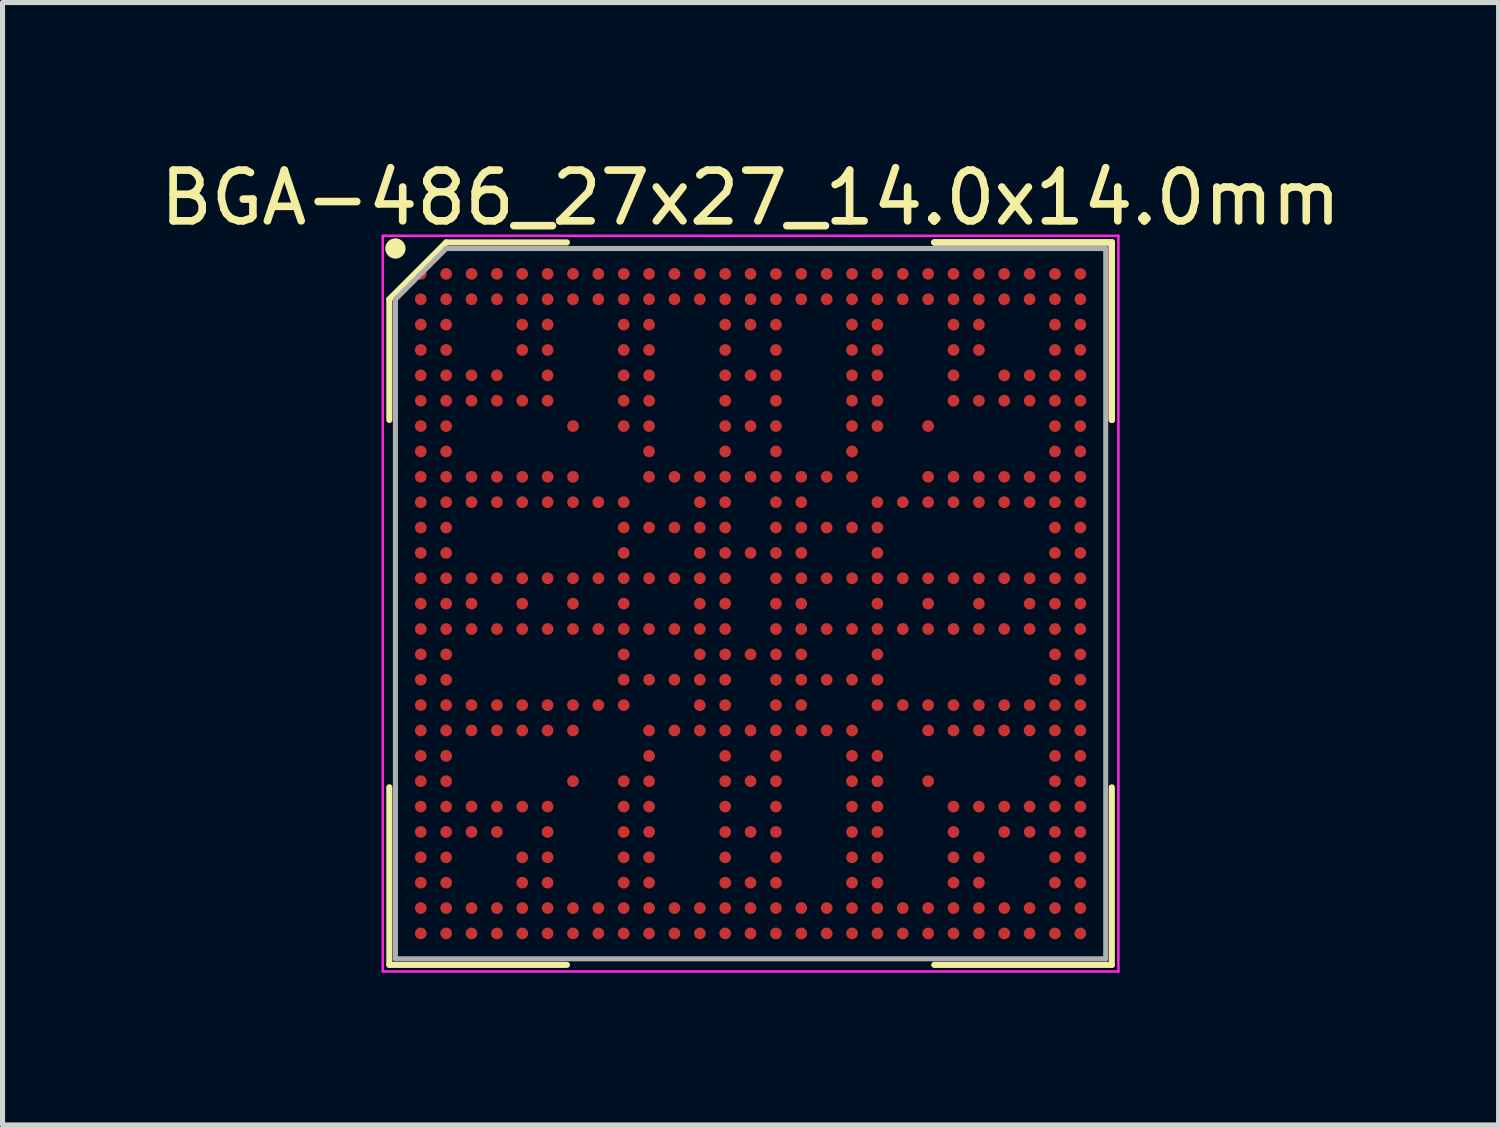
<source format=kicad_pcb>
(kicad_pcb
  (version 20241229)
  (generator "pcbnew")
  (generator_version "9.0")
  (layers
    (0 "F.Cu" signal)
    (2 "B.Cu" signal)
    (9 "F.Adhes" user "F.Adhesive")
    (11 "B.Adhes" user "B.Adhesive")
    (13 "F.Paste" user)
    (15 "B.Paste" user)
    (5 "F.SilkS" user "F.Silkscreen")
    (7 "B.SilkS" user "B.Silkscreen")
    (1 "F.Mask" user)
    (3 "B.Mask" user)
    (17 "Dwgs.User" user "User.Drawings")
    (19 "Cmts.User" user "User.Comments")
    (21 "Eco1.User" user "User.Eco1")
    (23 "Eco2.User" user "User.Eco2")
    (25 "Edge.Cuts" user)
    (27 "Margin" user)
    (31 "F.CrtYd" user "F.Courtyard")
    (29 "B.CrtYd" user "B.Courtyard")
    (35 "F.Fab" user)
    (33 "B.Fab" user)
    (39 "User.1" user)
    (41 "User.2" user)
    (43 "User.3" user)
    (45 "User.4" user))
  (footprint "BGA-486_27x27_14.0x14.0mm"
    (layer "F.Cu")
    (at 11.744 8.848)
    (property "Reference" "BGA-486_27x27_14.0x14.0mm" (at 0 -8 0) (layer "F.SilkS") (effects (font (size 1 1) (thickness 0.15))))
    (attr smd)
    (fp_line (start -7.12 -6) (end -7.12 -3.62) (stroke (width 0.12) (type solid)) (layer "F.SilkS"))
    (fp_line (start -7.12 7.12) (end -7.12 3.62) (stroke (width 0.12) (type solid)) (layer "F.SilkS"))
    (fp_line (start -6 -7.12) (end -7.12 -6) (stroke (width 0.12) (type solid)) (layer "F.SilkS"))
    (fp_line (start -3.62 -7.12) (end -6 -7.12) (stroke (width 0.12) (type solid)) (layer "F.SilkS"))
    (fp_line (start -3.62 7.12) (end -7.12 7.12) (stroke (width 0.12) (type solid)) (layer "F.SilkS"))
    (fp_line (start 3.62 -7.12) (end 7.12 -7.12) (stroke (width 0.12) (type solid)) (layer "F.SilkS"))
    (fp_line (start 3.62 -7.12) (end 7.12 -7.12) (stroke (width 0.12) (type solid)) (layer "F.SilkS"))
    (fp_line (start 3.62 -7.12) (end 7.12 -7.12) (stroke (width 0.12) (type solid)) (layer "F.SilkS"))
    (fp_line (start 3.62 7.12) (end 7.12 7.12) (stroke (width 0.12) (type solid)) (layer "F.SilkS"))
    (fp_line (start 7.12 -7.12) (end 7.12 -3.62) (stroke (width 0.12) (type solid)) (layer "F.SilkS"))
    (fp_line (start 7.12 -7.12) (end 7.12 -3.62) (stroke (width 0.12) (type solid)) (layer "F.SilkS"))
    (fp_line (start 7.12 -7.12) (end 7.12 -3.62) (stroke (width 0.12) (type solid)) (layer "F.SilkS"))
    (fp_line (start 7.12 7.12) (end 7.12 3.62) (stroke (width 0.12) (type solid)) (layer "F.SilkS"))
    (fp_circle (center -7 -7) (end -7 -6.9) (stroke (width 0.2) (type solid)) (fill no) (layer "F.SilkS"))
    (fp_line (start -7.25 -7.25) (end 7.25 -7.25) (stroke (width 0.05) (type solid)) (layer "F.CrtYd"))
    (fp_line (start -7.25 7.25) (end -7.25 -7.25) (stroke (width 0.05) (type solid)) (layer "F.CrtYd"))
    (fp_line (start 7.25 -7.25) (end 7.25 7.25) (stroke (width 0.05) (type solid)) (layer "F.CrtYd"))
    (fp_line (start 7.25 7.25) (end -7.25 7.25) (stroke (width 0.05) (type solid)) (layer "F.CrtYd"))
    (fp_line (start -7 -6) (end -7 7) (stroke (width 0.1) (type solid)) (layer "F.Fab"))
    (fp_line (start -7 7) (end 7 7) (stroke (width 0.1) (type solid)) (layer "F.Fab"))
    (fp_line (start -6 -7) (end -7 -6) (stroke (width 0.1) (type solid)) (layer "F.Fab"))
    (fp_line (start 7 -7) (end -6 -7) (stroke (width 0.1) (type solid)) (layer "F.Fab"))
    (fp_line (start 7 7) (end 7 -7) (stroke (width 0.1) (type solid)) (layer "F.Fab"))
    (pad "A1" smd circle (at -6.5 -6.5) (size 0.23 0.23) (layers "F.Cu" "F.Mask" "F.Paste"))
    (pad "A2" smd circle (at -6 -6.5) (size 0.23 0.23) (layers "F.Cu" "F.Mask" "F.Paste"))
    (pad "A3" smd circle (at -5.5 -6.5) (size 0.23 0.23) (layers "F.Cu" "F.Mask" "F.Paste"))
    (pad "A4" smd circle (at -5 -6.5) (size 0.23 0.23) (layers "F.Cu" "F.Mask" "F.Paste"))
    (pad "A5" smd circle (at -4.5 -6.5) (size 0.23 0.23) (layers "F.Cu" "F.Mask" "F.Paste"))
    (pad "A6" smd circle (at -4 -6.5) (size 0.23 0.23) (layers "F.Cu" "F.Mask" "F.Paste"))
    (pad "A7" smd circle (at -3.5 -6.5) (size 0.23 0.23) (layers "F.Cu" "F.Mask" "F.Paste"))
    (pad "A8" smd circle (at -3 -6.5) (size 0.23 0.23) (layers "F.Cu" "F.Mask" "F.Paste"))
    (pad "A9" smd circle (at -2.5 -6.5) (size 0.23 0.23) (layers "F.Cu" "F.Mask" "F.Paste"))
    (pad "A10" smd circle (at -2 -6.5) (size 0.23 0.23) (layers "F.Cu" "F.Mask" "F.Paste"))
    (pad "A11" smd circle (at -1.5 -6.5) (size 0.23 0.23) (layers "F.Cu" "F.Mask" "F.Paste"))
    (pad "A12" smd circle (at -1 -6.5) (size 0.23 0.23) (layers "F.Cu" "F.Mask" "F.Paste"))
    (pad "A13" smd circle (at -0.5 -6.5) (size 0.23 0.23) (layers "F.Cu" "F.Mask" "F.Paste"))
    (pad "A14" smd circle (at 0 -6.5) (size 0.23 0.23) (layers "F.Cu" "F.Mask" "F.Paste"))
    (pad "A15" smd circle (at 0.5 -6.5) (size 0.23 0.23) (layers "F.Cu" "F.Mask" "F.Paste"))
    (pad "A16" smd circle (at 1 -6.5) (size 0.23 0.23) (layers "F.Cu" "F.Mask" "F.Paste"))
    (pad "A17" smd circle (at 1.5 -6.5) (size 0.23 0.23) (layers "F.Cu" "F.Mask" "F.Paste"))
    (pad "A18" smd circle (at 2 -6.5) (size 0.23 0.23) (layers "F.Cu" "F.Mask" "F.Paste"))
    (pad "A19" smd circle (at 2.5 -6.5) (size 0.23 0.23) (layers "F.Cu" "F.Mask" "F.Paste"))
    (pad "A20" smd circle (at 3 -6.5) (size 0.23 0.23) (layers "F.Cu" "F.Mask" "F.Paste"))
    (pad "A21" smd circle (at 3.5 -6.5) (size 0.23 0.23) (layers "F.Cu" "F.Mask" "F.Paste"))
    (pad "A22" smd circle (at 4 -6.5) (size 0.23 0.23) (layers "F.Cu" "F.Mask" "F.Paste"))
    (pad "A23" smd circle (at 4.5 -6.5) (size 0.23 0.23) (layers "F.Cu" "F.Mask" "F.Paste"))
    (pad "A24" smd circle (at 5 -6.5) (size 0.23 0.23) (layers "F.Cu" "F.Mask" "F.Paste"))
    (pad "A25" smd circle (at 5.5 -6.5) (size 0.23 0.23) (layers "F.Cu" "F.Mask" "F.Paste"))
    (pad "A26" smd circle (at 6 -6.5) (size 0.23 0.23) (layers "F.Cu" "F.Mask" "F.Paste"))
    (pad "A27" smd circle (at 6.5 -6.5) (size 0.23 0.23) (layers "F.Cu" "F.Mask" "F.Paste"))
    (pad "AA1" smd circle (at -6.5 3.5) (size 0.23 0.23) (layers "F.Cu" "F.Mask" "F.Paste"))
    (pad "AA2" smd circle (at -6 3.5) (size 0.23 0.23) (layers "F.Cu" "F.Mask" "F.Paste"))
    (pad "AA7" smd circle (at -3.5 3.5) (size 0.23 0.23) (layers "F.Cu" "F.Mask" "F.Paste"))
    (pad "AA9" smd circle (at -2.5 3.5) (size 0.23 0.23) (layers "F.Cu" "F.Mask" "F.Paste"))
    (pad "AA10" smd circle (at -2 3.5) (size 0.23 0.23) (layers "F.Cu" "F.Mask" "F.Paste"))
    (pad "AA13" smd circle (at -0.5 3.5) (size 0.23 0.23) (layers "F.Cu" "F.Mask" "F.Paste"))
    (pad "AA14" smd circle (at 0 3.5) (size 0.23 0.23) (layers "F.Cu" "F.Mask" "F.Paste"))
    (pad "AA15" smd circle (at 0.5 3.5) (size 0.23 0.23) (layers "F.Cu" "F.Mask" "F.Paste"))
    (pad "AA18" smd circle (at 2 3.5) (size 0.23 0.23) (layers "F.Cu" "F.Mask" "F.Paste"))
    (pad "AA19" smd circle (at 2.5 3.5) (size 0.23 0.23) (layers "F.Cu" "F.Mask" "F.Paste"))
    (pad "AA21" smd circle (at 3.5 3.5) (size 0.23 0.23) (layers "F.Cu" "F.Mask" "F.Paste"))
    (pad "AA26" smd circle (at 6 3.5) (size 0.23 0.23) (layers "F.Cu" "F.Mask" "F.Paste"))
    (pad "AA27" smd circle (at 6.5 3.5) (size 0.23 0.23) (layers "F.Cu" "F.Mask" "F.Paste"))
    (pad "AB1" smd circle (at -6.5 4) (size 0.23 0.23) (layers "F.Cu" "F.Mask" "F.Paste"))
    (pad "AB2" smd circle (at -6 4) (size 0.23 0.23) (layers "F.Cu" "F.Mask" "F.Paste"))
    (pad "AB3" smd circle (at -5.5 4) (size 0.23 0.23) (layers "F.Cu" "F.Mask" "F.Paste"))
    (pad "AB4" smd circle (at -5 4) (size 0.23 0.23) (layers "F.Cu" "F.Mask" "F.Paste"))
    (pad "AB5" smd circle (at -4.5 4) (size 0.23 0.23) (layers "F.Cu" "F.Mask" "F.Paste"))
    (pad "AB6" smd circle (at -4 4) (size 0.23 0.23) (layers "F.Cu" "F.Mask" "F.Paste"))
    (pad "AB9" smd circle (at -2.5 4) (size 0.23 0.23) (layers "F.Cu" "F.Mask" "F.Paste"))
    (pad "AB10" smd circle (at -2 4) (size 0.23 0.23) (layers "F.Cu" "F.Mask" "F.Paste"))
    (pad "AB13" smd circle (at -0.5 4) (size 0.23 0.23) (layers "F.Cu" "F.Mask" "F.Paste"))
    (pad "AB15" smd circle (at 0.5 4) (size 0.23 0.23) (layers "F.Cu" "F.Mask" "F.Paste"))
    (pad "AB18" smd circle (at 2 4) (size 0.23 0.23) (layers "F.Cu" "F.Mask" "F.Paste"))
    (pad "AB19" smd circle (at 2.5 4) (size 0.23 0.23) (layers "F.Cu" "F.Mask" "F.Paste"))
    (pad "AB22" smd circle (at 4 4) (size 0.23 0.23) (layers "F.Cu" "F.Mask" "F.Paste"))
    (pad "AB23" smd circle (at 4.5 4) (size 0.23 0.23) (layers "F.Cu" "F.Mask" "F.Paste"))
    (pad "AB24" smd circle (at 5 4) (size 0.23 0.23) (layers "F.Cu" "F.Mask" "F.Paste"))
    (pad "AB25" smd circle (at 5.5 4) (size 0.23 0.23) (layers "F.Cu" "F.Mask" "F.Paste"))
    (pad "AB26" smd circle (at 6 4) (size 0.23 0.23) (layers "F.Cu" "F.Mask" "F.Paste"))
    (pad "AB27" smd circle (at 6.5 4) (size 0.23 0.23) (layers "F.Cu" "F.Mask" "F.Paste"))
    (pad "AC1" smd circle (at -6.5 4.5) (size 0.23 0.23) (layers "F.Cu" "F.Mask" "F.Paste"))
    (pad "AC2" smd circle (at -6 4.5) (size 0.23 0.23) (layers "F.Cu" "F.Mask" "F.Paste"))
    (pad "AC3" smd circle (at -5.5 4.5) (size 0.23 0.23) (layers "F.Cu" "F.Mask" "F.Paste"))
    (pad "AC4" smd circle (at -5 4.5) (size 0.23 0.23) (layers "F.Cu" "F.Mask" "F.Paste"))
    (pad "AC6" smd circle (at -4 4.5) (size 0.23 0.23) (layers "F.Cu" "F.Mask" "F.Paste"))
    (pad "AC9" smd circle (at -2.5 4.5) (size 0.23 0.23) (layers "F.Cu" "F.Mask" "F.Paste"))
    (pad "AC10" smd circle (at -2 4.5) (size 0.23 0.23) (layers "F.Cu" "F.Mask" "F.Paste"))
    (pad "AC13" smd circle (at -0.5 4.5) (size 0.23 0.23) (layers "F.Cu" "F.Mask" "F.Paste"))
    (pad "AC14" smd circle (at 0 4.5) (size 0.23 0.23) (layers "F.Cu" "F.Mask" "F.Paste"))
    (pad "AC15" smd circle (at 0.5 4.5) (size 0.23 0.23) (layers "F.Cu" "F.Mask" "F.Paste"))
    (pad "AC18" smd circle (at 2 4.5) (size 0.23 0.23) (layers "F.Cu" "F.Mask" "F.Paste"))
    (pad "AC19" smd circle (at 2.5 4.5) (size 0.23 0.23) (layers "F.Cu" "F.Mask" "F.Paste"))
    (pad "AC22" smd circle (at 4 4.5) (size 0.23 0.23) (layers "F.Cu" "F.Mask" "F.Paste"))
    (pad "AC24" smd circle (at 5 4.5) (size 0.23 0.23) (layers "F.Cu" "F.Mask" "F.Paste"))
    (pad "AC25" smd circle (at 5.5 4.5) (size 0.23 0.23) (layers "F.Cu" "F.Mask" "F.Paste"))
    (pad "AC26" smd circle (at 6 4.5) (size 0.23 0.23) (layers "F.Cu" "F.Mask" "F.Paste"))
    (pad "AC27" smd circle (at 6.5 4.5) (size 0.23 0.23) (layers "F.Cu" "F.Mask" "F.Paste"))
    (pad "AD1" smd circle (at -6.5 5) (size 0.23 0.23) (layers "F.Cu" "F.Mask" "F.Paste"))
    (pad "AD2" smd circle (at -6 5) (size 0.23 0.23) (layers "F.Cu" "F.Mask" "F.Paste"))
    (pad "AD5" smd circle (at -4.5 5) (size 0.23 0.23) (layers "F.Cu" "F.Mask" "F.Paste"))
    (pad "AD6" smd circle (at -4 5) (size 0.23 0.23) (layers "F.Cu" "F.Mask" "F.Paste"))
    (pad "AD9" smd circle (at -2.5 5) (size 0.23 0.23) (layers "F.Cu" "F.Mask" "F.Paste"))
    (pad "AD10" smd circle (at -2 5) (size 0.23 0.23) (layers "F.Cu" "F.Mask" "F.Paste"))
    (pad "AD13" smd circle (at -0.5 5) (size 0.23 0.23) (layers "F.Cu" "F.Mask" "F.Paste"))
    (pad "AD15" smd circle (at 0.5 5) (size 0.23 0.23) (layers "F.Cu" "F.Mask" "F.Paste"))
    (pad "AD18" smd circle (at 2 5) (size 0.23 0.23) (layers "F.Cu" "F.Mask" "F.Paste"))
    (pad "AD19" smd circle (at 2.5 5) (size 0.23 0.23) (layers "F.Cu" "F.Mask" "F.Paste"))
    (pad "AD22" smd circle (at 4 5) (size 0.23 0.23) (layers "F.Cu" "F.Mask" "F.Paste"))
    (pad "AD23" smd circle (at 4.5 5) (size 0.23 0.23) (layers "F.Cu" "F.Mask" "F.Paste"))
    (pad "AD26" smd circle (at 6 5) (size 0.23 0.23) (layers "F.Cu" "F.Mask" "F.Paste"))
    (pad "AD27" smd circle (at 6.5 5) (size 0.23 0.23) (layers "F.Cu" "F.Mask" "F.Paste"))
    (pad "AE1" smd circle (at -6.5 5.5) (size 0.23 0.23) (layers "F.Cu" "F.Mask" "F.Paste"))
    (pad "AE2" smd circle (at -6 5.5) (size 0.23 0.23) (layers "F.Cu" "F.Mask" "F.Paste"))
    (pad "AE5" smd circle (at -4.5 5.5) (size 0.23 0.23) (layers "F.Cu" "F.Mask" "F.Paste"))
    (pad "AE6" smd circle (at -4 5.5) (size 0.23 0.23) (layers "F.Cu" "F.Mask" "F.Paste"))
    (pad "AE9" smd circle (at -2.5 5.5) (size 0.23 0.23) (layers "F.Cu" "F.Mask" "F.Paste"))
    (pad "AE10" smd circle (at -2 5.5) (size 0.23 0.23) (layers "F.Cu" "F.Mask" "F.Paste"))
    (pad "AE13" smd circle (at -0.5 5.5) (size 0.23 0.23) (layers "F.Cu" "F.Mask" "F.Paste"))
    (pad "AE14" smd circle (at 0 5.5) (size 0.23 0.23) (layers "F.Cu" "F.Mask" "F.Paste"))
    (pad "AE15" smd circle (at 0.5 5.5) (size 0.23 0.23) (layers "F.Cu" "F.Mask" "F.Paste"))
    (pad "AE18" smd circle (at 2 5.5) (size 0.23 0.23) (layers "F.Cu" "F.Mask" "F.Paste"))
    (pad "AE19" smd circle (at 2.5 5.5) (size 0.23 0.23) (layers "F.Cu" "F.Mask" "F.Paste"))
    (pad "AE22" smd circle (at 4 5.5) (size 0.23 0.23) (layers "F.Cu" "F.Mask" "F.Paste"))
    (pad "AE23" smd circle (at 4.5 5.5) (size 0.23 0.23) (layers "F.Cu" "F.Mask" "F.Paste"))
    (pad "AE26" smd circle (at 6 5.5) (size 0.23 0.23) (layers "F.Cu" "F.Mask" "F.Paste"))
    (pad "AE27" smd circle (at 6.5 5.5) (size 0.23 0.23) (layers "F.Cu" "F.Mask" "F.Paste"))
    (pad "AF1" smd circle (at -6.5 6) (size 0.23 0.23) (layers "F.Cu" "F.Mask" "F.Paste"))
    (pad "AF2" smd circle (at -6 6) (size 0.23 0.23) (layers "F.Cu" "F.Mask" "F.Paste"))
    (pad "AF3" smd circle (at -5.5 6) (size 0.23 0.23) (layers "F.Cu" "F.Mask" "F.Paste"))
    (pad "AF4" smd circle (at -5 6) (size 0.23 0.23) (layers "F.Cu" "F.Mask" "F.Paste"))
    (pad "AF5" smd circle (at -4.5 6) (size 0.23 0.23) (layers "F.Cu" "F.Mask" "F.Paste"))
    (pad "AF6" smd circle (at -4 6) (size 0.23 0.23) (layers "F.Cu" "F.Mask" "F.Paste"))
    (pad "AF7" smd circle (at -3.5 6) (size 0.23 0.23) (layers "F.Cu" "F.Mask" "F.Paste"))
    (pad "AF8" smd circle (at -3 6) (size 0.23 0.23) (layers "F.Cu" "F.Mask" "F.Paste"))
    (pad "AF9" smd circle (at -2.5 6) (size 0.23 0.23) (layers "F.Cu" "F.Mask" "F.Paste"))
    (pad "AF10" smd circle (at -2 6) (size 0.23 0.23) (layers "F.Cu" "F.Mask" "F.Paste"))
    (pad "AF11" smd circle (at -1.5 6) (size 0.23 0.23) (layers "F.Cu" "F.Mask" "F.Paste"))
    (pad "AF12" smd circle (at -1 6) (size 0.23 0.23) (layers "F.Cu" "F.Mask" "F.Paste"))
    (pad "AF13" smd circle (at -0.5 6) (size 0.23 0.23) (layers "F.Cu" "F.Mask" "F.Paste"))
    (pad "AF14" smd circle (at 0 6) (size 0.23 0.23) (layers "F.Cu" "F.Mask" "F.Paste"))
    (pad "AF15" smd circle (at 0.5 6) (size 0.23 0.23) (layers "F.Cu" "F.Mask" "F.Paste"))
    (pad "AF16" smd circle (at 1 6) (size 0.23 0.23) (layers "F.Cu" "F.Mask" "F.Paste"))
    (pad "AF17" smd circle (at 1.5 6) (size 0.23 0.23) (layers "F.Cu" "F.Mask" "F.Paste"))
    (pad "AF18" smd circle (at 2 6) (size 0.23 0.23) (layers "F.Cu" "F.Mask" "F.Paste"))
    (pad "AF19" smd circle (at 2.5 6) (size 0.23 0.23) (layers "F.Cu" "F.Mask" "F.Paste"))
    (pad "AF20" smd circle (at 3 6) (size 0.23 0.23) (layers "F.Cu" "F.Mask" "F.Paste"))
    (pad "AF21" smd circle (at 3.5 6) (size 0.23 0.23) (layers "F.Cu" "F.Mask" "F.Paste"))
    (pad "AF22" smd circle (at 4 6) (size 0.23 0.23) (layers "F.Cu" "F.Mask" "F.Paste"))
    (pad "AF23" smd circle (at 4.5 6) (size 0.23 0.23) (layers "F.Cu" "F.Mask" "F.Paste"))
    (pad "AF24" smd circle (at 5 6) (size 0.23 0.23) (layers "F.Cu" "F.Mask" "F.Paste"))
    (pad "AF25" smd circle (at 5.5 6) (size 0.23 0.23) (layers "F.Cu" "F.Mask" "F.Paste"))
    (pad "AF26" smd circle (at 6 6) (size 0.23 0.23) (layers "F.Cu" "F.Mask" "F.Paste"))
    (pad "AF27" smd circle (at 6.5 6) (size 0.23 0.23) (layers "F.Cu" "F.Mask" "F.Paste"))
    (pad "AG1" smd circle (at -6.5 6.5) (size 0.23 0.23) (layers "F.Cu" "F.Mask" "F.Paste"))
    (pad "AG2" smd circle (at -6 6.5) (size 0.23 0.23) (layers "F.Cu" "F.Mask" "F.Paste"))
    (pad "AG3" smd circle (at -5.5 6.5) (size 0.23 0.23) (layers "F.Cu" "F.Mask" "F.Paste"))
    (pad "AG4" smd circle (at -5 6.5) (size 0.23 0.23) (layers "F.Cu" "F.Mask" "F.Paste"))
    (pad "AG5" smd circle (at -4.5 6.5) (size 0.23 0.23) (layers "F.Cu" "F.Mask" "F.Paste"))
    (pad "AG6" smd circle (at -4 6.5) (size 0.23 0.23) (layers "F.Cu" "F.Mask" "F.Paste"))
    (pad "AG7" smd circle (at -3.5 6.5) (size 0.23 0.23) (layers "F.Cu" "F.Mask" "F.Paste"))
    (pad "AG8" smd circle (at -3 6.5) (size 0.23 0.23) (layers "F.Cu" "F.Mask" "F.Paste"))
    (pad "AG9" smd circle (at -2.5 6.5) (size 0.23 0.23) (layers "F.Cu" "F.Mask" "F.Paste"))
    (pad "AG10" smd circle (at -2 6.5) (size 0.23 0.23) (layers "F.Cu" "F.Mask" "F.Paste"))
    (pad "AG11" smd circle (at -1.5 6.5) (size 0.23 0.23) (layers "F.Cu" "F.Mask" "F.Paste"))
    (pad "AG12" smd circle (at -1 6.5) (size 0.23 0.23) (layers "F.Cu" "F.Mask" "F.Paste"))
    (pad "AG13" smd circle (at -0.5 6.5) (size 0.23 0.23) (layers "F.Cu" "F.Mask" "F.Paste"))
    (pad "AG14" smd circle (at 0 6.5) (size 0.23 0.23) (layers "F.Cu" "F.Mask" "F.Paste"))
    (pad "AG15" smd circle (at 0.5 6.5) (size 0.23 0.23) (layers "F.Cu" "F.Mask" "F.Paste"))
    (pad "AG16" smd circle (at 1 6.5) (size 0.23 0.23) (layers "F.Cu" "F.Mask" "F.Paste"))
    (pad "AG17" smd circle (at 1.5 6.5) (size 0.23 0.23) (layers "F.Cu" "F.Mask" "F.Paste"))
    (pad "AG18" smd circle (at 2 6.5) (size 0.23 0.23) (layers "F.Cu" "F.Mask" "F.Paste"))
    (pad "AG19" smd circle (at 2.5 6.5) (size 0.23 0.23) (layers "F.Cu" "F.Mask" "F.Paste"))
    (pad "AG20" smd circle (at 3 6.5) (size 0.23 0.23) (layers "F.Cu" "F.Mask" "F.Paste"))
    (pad "AG21" smd circle (at 3.5 6.5) (size 0.23 0.23) (layers "F.Cu" "F.Mask" "F.Paste"))
    (pad "AG22" smd circle (at 4 6.5) (size 0.23 0.23) (layers "F.Cu" "F.Mask" "F.Paste"))
    (pad "AG23" smd circle (at 4.5 6.5) (size 0.23 0.23) (layers "F.Cu" "F.Mask" "F.Paste"))
    (pad "AG24" smd circle (at 5 6.5) (size 0.23 0.23) (layers "F.Cu" "F.Mask" "F.Paste"))
    (pad "AG25" smd circle (at 5.5 6.5) (size 0.23 0.23) (layers "F.Cu" "F.Mask" "F.Paste"))
    (pad "AG26" smd circle (at 6 6.5) (size 0.23 0.23) (layers "F.Cu" "F.Mask" "F.Paste"))
    (pad "AG27" smd circle (at 6.5 6.5) (size 0.23 0.23) (layers "F.Cu" "F.Mask" "F.Paste"))
    (pad "B1" smd circle (at -6.5 -6) (size 0.23 0.23) (layers "F.Cu" "F.Mask" "F.Paste"))
    (pad "B2" smd circle (at -6 -6) (size 0.23 0.23) (layers "F.Cu" "F.Mask" "F.Paste"))
    (pad "B3" smd circle (at -5.5 -6) (size 0.23 0.23) (layers "F.Cu" "F.Mask" "F.Paste"))
    (pad "B4" smd circle (at -5 -6) (size 0.23 0.23) (layers "F.Cu" "F.Mask" "F.Paste"))
    (pad "B5" smd circle (at -4.5 -6) (size 0.23 0.23) (layers "F.Cu" "F.Mask" "F.Paste"))
    (pad "B6" smd circle (at -4 -6) (size 0.23 0.23) (layers "F.Cu" "F.Mask" "F.Paste"))
    (pad "B7" smd circle (at -3.5 -6) (size 0.23 0.23) (layers "F.Cu" "F.Mask" "F.Paste"))
    (pad "B8" smd circle (at -3 -6) (size 0.23 0.23) (layers "F.Cu" "F.Mask" "F.Paste"))
    (pad "B9" smd circle (at -2.5 -6) (size 0.23 0.23) (layers "F.Cu" "F.Mask" "F.Paste"))
    (pad "B10" smd circle (at -2 -6) (size 0.23 0.23) (layers "F.Cu" "F.Mask" "F.Paste"))
    (pad "B11" smd circle (at -1.5 -6) (size 0.23 0.23) (layers "F.Cu" "F.Mask" "F.Paste"))
    (pad "B12" smd circle (at -1 -6) (size 0.23 0.23) (layers "F.Cu" "F.Mask" "F.Paste"))
    (pad "B13" smd circle (at -0.5 -6) (size 0.23 0.23) (layers "F.Cu" "F.Mask" "F.Paste"))
    (pad "B14" smd circle (at 0 -6) (size 0.23 0.23) (layers "F.Cu" "F.Mask" "F.Paste"))
    (pad "B15" smd circle (at 0.5 -6) (size 0.23 0.23) (layers "F.Cu" "F.Mask" "F.Paste"))
    (pad "B16" smd circle (at 1 -6) (size 0.23 0.23) (layers "F.Cu" "F.Mask" "F.Paste"))
    (pad "B17" smd circle (at 1.5 -6) (size 0.23 0.23) (layers "F.Cu" "F.Mask" "F.Paste"))
    (pad "B18" smd circle (at 2 -6) (size 0.23 0.23) (layers "F.Cu" "F.Mask" "F.Paste"))
    (pad "B19" smd circle (at 2.5 -6) (size 0.23 0.23) (layers "F.Cu" "F.Mask" "F.Paste"))
    (pad "B20" smd circle (at 3 -6) (size 0.23 0.23) (layers "F.Cu" "F.Mask" "F.Paste"))
    (pad "B21" smd circle (at 3.5 -6) (size 0.23 0.23) (layers "F.Cu" "F.Mask" "F.Paste"))
    (pad "B22" smd circle (at 4 -6) (size 0.23 0.23) (layers "F.Cu" "F.Mask" "F.Paste"))
    (pad "B23" smd circle (at 4.5 -6) (size 0.23 0.23) (layers "F.Cu" "F.Mask" "F.Paste"))
    (pad "B24" smd circle (at 5 -6) (size 0.23 0.23) (layers "F.Cu" "F.Mask" "F.Paste"))
    (pad "B25" smd circle (at 5.5 -6) (size 0.23 0.23) (layers "F.Cu" "F.Mask" "F.Paste"))
    (pad "B26" smd circle (at 6 -6) (size 0.23 0.23) (layers "F.Cu" "F.Mask" "F.Paste"))
    (pad "B27" smd circle (at 6.5 -6) (size 0.23 0.23) (layers "F.Cu" "F.Mask" "F.Paste"))
    (pad "C1" smd circle (at -6.5 -5.5) (size 0.23 0.23) (layers "F.Cu" "F.Mask" "F.Paste"))
    (pad "C2" smd circle (at -6 -5.5) (size 0.23 0.23) (layers "F.Cu" "F.Mask" "F.Paste"))
    (pad "C5" smd circle (at -4.5 -5.5) (size 0.23 0.23) (layers "F.Cu" "F.Mask" "F.Paste"))
    (pad "C6" smd circle (at -4 -5.5) (size 0.23 0.23) (layers "F.Cu" "F.Mask" "F.Paste"))
    (pad "C9" smd circle (at -2.5 -5.5) (size 0.23 0.23) (layers "F.Cu" "F.Mask" "F.Paste"))
    (pad "C10" smd circle (at -2 -5.5) (size 0.23 0.23) (layers "F.Cu" "F.Mask" "F.Paste"))
    (pad "C13" smd circle (at -0.5 -5.5) (size 0.23 0.23) (layers "F.Cu" "F.Mask" "F.Paste"))
    (pad "C14" smd circle (at 0 -5.5) (size 0.23 0.23) (layers "F.Cu" "F.Mask" "F.Paste"))
    (pad "C15" smd circle (at 0.5 -5.5) (size 0.23 0.23) (layers "F.Cu" "F.Mask" "F.Paste"))
    (pad "C18" smd circle (at 2 -5.5) (size 0.23 0.23) (layers "F.Cu" "F.Mask" "F.Paste"))
    (pad "C19" smd circle (at 2.5 -5.5) (size 0.23 0.23) (layers "F.Cu" "F.Mask" "F.Paste"))
    (pad "C22" smd circle (at 4 -5.5) (size 0.23 0.23) (layers "F.Cu" "F.Mask" "F.Paste"))
    (pad "C23" smd circle (at 4.5 -5.5) (size 0.23 0.23) (layers "F.Cu" "F.Mask" "F.Paste"))
    (pad "C26" smd circle (at 6 -5.5) (size 0.23 0.23) (layers "F.Cu" "F.Mask" "F.Paste"))
    (pad "C27" smd circle (at 6.5 -5.5) (size 0.23 0.23) (layers "F.Cu" "F.Mask" "F.Paste"))
    (pad "D1" smd circle (at -6.5 -5) (size 0.23 0.23) (layers "F.Cu" "F.Mask" "F.Paste"))
    (pad "D2" smd circle (at -6 -5) (size 0.23 0.23) (layers "F.Cu" "F.Mask" "F.Paste"))
    (pad "D5" smd circle (at -4.5 -5) (size 0.23 0.23) (layers "F.Cu" "F.Mask" "F.Paste"))
    (pad "D6" smd circle (at -4 -5) (size 0.23 0.23) (layers "F.Cu" "F.Mask" "F.Paste"))
    (pad "D9" smd circle (at -2.5 -5) (size 0.23 0.23) (layers "F.Cu" "F.Mask" "F.Paste"))
    (pad "D10" smd circle (at -2 -5) (size 0.23 0.23) (layers "F.Cu" "F.Mask" "F.Paste"))
    (pad "D13" smd circle (at -0.5 -5) (size 0.23 0.23) (layers "F.Cu" "F.Mask" "F.Paste"))
    (pad "D15" smd circle (at 0.5 -5) (size 0.23 0.23) (layers "F.Cu" "F.Mask" "F.Paste"))
    (pad "D18" smd circle (at 2 -5) (size 0.23 0.23) (layers "F.Cu" "F.Mask" "F.Paste"))
    (pad "D19" smd circle (at 2.5 -5) (size 0.23 0.23) (layers "F.Cu" "F.Mask" "F.Paste"))
    (pad "D22" smd circle (at 4 -5) (size 0.23 0.23) (layers "F.Cu" "F.Mask" "F.Paste"))
    (pad "D23" smd circle (at 4.5 -5) (size 0.23 0.23) (layers "F.Cu" "F.Mask" "F.Paste"))
    (pad "D26" smd circle (at 6 -5) (size 0.23 0.23) (layers "F.Cu" "F.Mask" "F.Paste"))
    (pad "D27" smd circle (at 6.5 -5) (size 0.23 0.23) (layers "F.Cu" "F.Mask" "F.Paste"))
    (pad "E1" smd circle (at -6.5 -4.5) (size 0.23 0.23) (layers "F.Cu" "F.Mask" "F.Paste"))
    (pad "E2" smd circle (at -6 -4.5) (size 0.23 0.23) (layers "F.Cu" "F.Mask" "F.Paste"))
    (pad "E3" smd circle (at -5.5 -4.5) (size 0.23 0.23) (layers "F.Cu" "F.Mask" "F.Paste"))
    (pad "E4" smd circle (at -5 -4.5) (size 0.23 0.23) (layers "F.Cu" "F.Mask" "F.Paste"))
    (pad "E6" smd circle (at -4 -4.5) (size 0.23 0.23) (layers "F.Cu" "F.Mask" "F.Paste"))
    (pad "E9" smd circle (at -2.5 -4.5) (size 0.23 0.23) (layers "F.Cu" "F.Mask" "F.Paste"))
    (pad "E10" smd circle (at -2 -4.5) (size 0.23 0.23) (layers "F.Cu" "F.Mask" "F.Paste"))
    (pad "E13" smd circle (at -0.5 -4.5) (size 0.23 0.23) (layers "F.Cu" "F.Mask" "F.Paste"))
    (pad "E14" smd circle (at 0 -4.5) (size 0.23 0.23) (layers "F.Cu" "F.Mask" "F.Paste"))
    (pad "E15" smd circle (at 0.5 -4.5) (size 0.23 0.23) (layers "F.Cu" "F.Mask" "F.Paste"))
    (pad "E18" smd circle (at 2 -4.5) (size 0.23 0.23) (layers "F.Cu" "F.Mask" "F.Paste"))
    (pad "E19" smd circle (at 2.5 -4.5) (size 0.23 0.23) (layers "F.Cu" "F.Mask" "F.Paste"))
    (pad "E22" smd circle (at 4 -4.5) (size 0.23 0.23) (layers "F.Cu" "F.Mask" "F.Paste"))
    (pad "E24" smd circle (at 5 -4.5) (size 0.23 0.23) (layers "F.Cu" "F.Mask" "F.Paste"))
    (pad "E25" smd circle (at 5.5 -4.5) (size 0.23 0.23) (layers "F.Cu" "F.Mask" "F.Paste"))
    (pad "E26" smd circle (at 6 -4.5) (size 0.23 0.23) (layers "F.Cu" "F.Mask" "F.Paste"))
    (pad "E27" smd circle (at 6.5 -4.5) (size 0.23 0.23) (layers "F.Cu" "F.Mask" "F.Paste"))
    (pad "F1" smd circle (at -6.5 -4) (size 0.23 0.23) (layers "F.Cu" "F.Mask" "F.Paste"))
    (pad "F2" smd circle (at -6 -4) (size 0.23 0.23) (layers "F.Cu" "F.Mask" "F.Paste"))
    (pad "F3" smd circle (at -5.5 -4) (size 0.23 0.23) (layers "F.Cu" "F.Mask" "F.Paste"))
    (pad "F4" smd circle (at -5 -4) (size 0.23 0.23) (layers "F.Cu" "F.Mask" "F.Paste"))
    (pad "F5" smd circle (at -4.5 -4) (size 0.23 0.23) (layers "F.Cu" "F.Mask" "F.Paste"))
    (pad "F6" smd circle (at -4 -4) (size 0.23 0.23) (layers "F.Cu" "F.Mask" "F.Paste"))
    (pad "F9" smd circle (at -2.5 -4) (size 0.23 0.23) (layers "F.Cu" "F.Mask" "F.Paste"))
    (pad "F10" smd circle (at -2 -4) (size 0.23 0.23) (layers "F.Cu" "F.Mask" "F.Paste"))
    (pad "F13" smd circle (at -0.5 -4) (size 0.23 0.23) (layers "F.Cu" "F.Mask" "F.Paste"))
    (pad "F15" smd circle (at 0.5 -4) (size 0.23 0.23) (layers "F.Cu" "F.Mask" "F.Paste"))
    (pad "F18" smd circle (at 2 -4) (size 0.23 0.23) (layers "F.Cu" "F.Mask" "F.Paste"))
    (pad "F19" smd circle (at 2.5 -4) (size 0.23 0.23) (layers "F.Cu" "F.Mask" "F.Paste"))
    (pad "F22" smd circle (at 4 -4) (size 0.23 0.23) (layers "F.Cu" "F.Mask" "F.Paste"))
    (pad "F23" smd circle (at 4.5 -4) (size 0.23 0.23) (layers "F.Cu" "F.Mask" "F.Paste"))
    (pad "F24" smd circle (at 5 -4) (size 0.23 0.23) (layers "F.Cu" "F.Mask" "F.Paste"))
    (pad "F25" smd circle (at 5.5 -4) (size 0.23 0.23) (layers "F.Cu" "F.Mask" "F.Paste"))
    (pad "F26" smd circle (at 6 -4) (size 0.23 0.23) (layers "F.Cu" "F.Mask" "F.Paste"))
    (pad "F27" smd circle (at 6.5 -4) (size 0.23 0.23) (layers "F.Cu" "F.Mask" "F.Paste"))
    (pad "G1" smd circle (at -6.5 -3.5) (size 0.23 0.23) (layers "F.Cu" "F.Mask" "F.Paste"))
    (pad "G2" smd circle (at -6 -3.5) (size 0.23 0.23) (layers "F.Cu" "F.Mask" "F.Paste"))
    (pad "G7" smd circle (at -3.5 -3.5) (size 0.23 0.23) (layers "F.Cu" "F.Mask" "F.Paste"))
    (pad "G9" smd circle (at -2.5 -3.5) (size 0.23 0.23) (layers "F.Cu" "F.Mask" "F.Paste"))
    (pad "G10" smd circle (at -2 -3.5) (size 0.23 0.23) (layers "F.Cu" "F.Mask" "F.Paste"))
    (pad "G13" smd circle (at -0.5 -3.5) (size 0.23 0.23) (layers "F.Cu" "F.Mask" "F.Paste"))
    (pad "G14" smd circle (at 0 -3.5) (size 0.23 0.23) (layers "F.Cu" "F.Mask" "F.Paste"))
    (pad "G15" smd circle (at 0.5 -3.5) (size 0.23 0.23) (layers "F.Cu" "F.Mask" "F.Paste"))
    (pad "G18" smd circle (at 2 -3.5) (size 0.23 0.23) (layers "F.Cu" "F.Mask" "F.Paste"))
    (pad "G19" smd circle (at 2.5 -3.5) (size 0.23 0.23) (layers "F.Cu" "F.Mask" "F.Paste"))
    (pad "G21" smd circle (at 3.5 -3.5) (size 0.23 0.23) (layers "F.Cu" "F.Mask" "F.Paste"))
    (pad "G26" smd circle (at 6 -3.5) (size 0.23 0.23) (layers "F.Cu" "F.Mask" "F.Paste"))
    (pad "G27" smd circle (at 6.5 -3.5) (size 0.23 0.23) (layers "F.Cu" "F.Mask" "F.Paste"))
    (pad "H1" smd circle (at -6.5 -3) (size 0.23 0.23) (layers "F.Cu" "F.Mask" "F.Paste"))
    (pad "H2" smd circle (at -6 -3) (size 0.23 0.23) (layers "F.Cu" "F.Mask" "F.Paste"))
    (pad "H10" smd circle (at -2 -3) (size 0.23 0.23) (layers "F.Cu" "F.Mask" "F.Paste"))
    (pad "H13" smd circle (at -0.5 -3) (size 0.23 0.23) (layers "F.Cu" "F.Mask" "F.Paste"))
    (pad "H15" smd circle (at 0.5 -3) (size 0.23 0.23) (layers "F.Cu" "F.Mask" "F.Paste"))
    (pad "H18" smd circle (at 2 -3) (size 0.23 0.23) (layers "F.Cu" "F.Mask" "F.Paste"))
    (pad "H26" smd circle (at 6 -3) (size 0.23 0.23) (layers "F.Cu" "F.Mask" "F.Paste"))
    (pad "H27" smd circle (at 6.5 -3) (size 0.23 0.23) (layers "F.Cu" "F.Mask" "F.Paste"))
    (pad "J1" smd circle (at -6.5 -2.5) (size 0.23 0.23) (layers "F.Cu" "F.Mask" "F.Paste"))
    (pad "J2" smd circle (at -6 -2.5) (size 0.23 0.23) (layers "F.Cu" "F.Mask" "F.Paste"))
    (pad "J3" smd circle (at -5.5 -2.5) (size 0.23 0.23) (layers "F.Cu" "F.Mask" "F.Paste"))
    (pad "J4" smd circle (at -5 -2.5) (size 0.23 0.23) (layers "F.Cu" "F.Mask" "F.Paste"))
    (pad "J5" smd circle (at -4.5 -2.5) (size 0.23 0.23) (layers "F.Cu" "F.Mask" "F.Paste"))
    (pad "J6" smd circle (at -4 -2.5) (size 0.23 0.23) (layers "F.Cu" "F.Mask" "F.Paste"))
    (pad "J7" smd circle (at -3.5 -2.5) (size 0.23 0.23) (layers "F.Cu" "F.Mask" "F.Paste"))
    (pad "J10" smd circle (at -2 -2.5) (size 0.23 0.23) (layers "F.Cu" "F.Mask" "F.Paste"))
    (pad "J11" smd circle (at -1.5 -2.5) (size 0.23 0.23) (layers "F.Cu" "F.Mask" "F.Paste"))
    (pad "J12" smd circle (at -1 -2.5) (size 0.23 0.23) (layers "F.Cu" "F.Mask" "F.Paste"))
    (pad "J13" smd circle (at -0.5 -2.5) (size 0.23 0.23) (layers "F.Cu" "F.Mask" "F.Paste"))
    (pad "J14" smd circle (at 0 -2.5) (size 0.23 0.23) (layers "F.Cu" "F.Mask" "F.Paste"))
    (pad "J15" smd circle (at 0.5 -2.5) (size 0.23 0.23) (layers "F.Cu" "F.Mask" "F.Paste"))
    (pad "J16" smd circle (at 1 -2.5) (size 0.23 0.23) (layers "F.Cu" "F.Mask" "F.Paste"))
    (pad "J17" smd circle (at 1.5 -2.5) (size 0.23 0.23) (layers "F.Cu" "F.Mask" "F.Paste"))
    (pad "J18" smd circle (at 2 -2.5) (size 0.23 0.23) (layers "F.Cu" "F.Mask" "F.Paste"))
    (pad "J21" smd circle (at 3.5 -2.5) (size 0.23 0.23) (layers "F.Cu" "F.Mask" "F.Paste"))
    (pad "J22" smd circle (at 4 -2.5) (size 0.23 0.23) (layers "F.Cu" "F.Mask" "F.Paste"))
    (pad "J23" smd circle (at 4.5 -2.5) (size 0.23 0.23) (layers "F.Cu" "F.Mask" "F.Paste"))
    (pad "J24" smd circle (at 5 -2.5) (size 0.23 0.23) (layers "F.Cu" "F.Mask" "F.Paste"))
    (pad "J25" smd circle (at 5.5 -2.5) (size 0.23 0.23) (layers "F.Cu" "F.Mask" "F.Paste"))
    (pad "J26" smd circle (at 6 -2.5) (size 0.23 0.23) (layers "F.Cu" "F.Mask" "F.Paste"))
    (pad "J27" smd circle (at 6.5 -2.5) (size 0.23 0.23) (layers "F.Cu" "F.Mask" "F.Paste"))
    (pad "K1" smd circle (at -6.5 -2) (size 0.23 0.23) (layers "F.Cu" "F.Mask" "F.Paste"))
    (pad "K2" smd circle (at -6 -2) (size 0.23 0.23) (layers "F.Cu" "F.Mask" "F.Paste"))
    (pad "K3" smd circle (at -5.5 -2) (size 0.23 0.23) (layers "F.Cu" "F.Mask" "F.Paste"))
    (pad "K4" smd circle (at -5 -2) (size 0.23 0.23) (layers "F.Cu" "F.Mask" "F.Paste"))
    (pad "K5" smd circle (at -4.5 -2) (size 0.23 0.23) (layers "F.Cu" "F.Mask" "F.Paste"))
    (pad "K6" smd circle (at -4 -2) (size 0.23 0.23) (layers "F.Cu" "F.Mask" "F.Paste"))
    (pad "K7" smd circle (at -3.5 -2) (size 0.23 0.23) (layers "F.Cu" "F.Mask" "F.Paste"))
    (pad "K8" smd circle (at -3 -2) (size 0.23 0.23) (layers "F.Cu" "F.Mask" "F.Paste"))
    (pad "K9" smd circle (at -2.5 -2) (size 0.23 0.23) (layers "F.Cu" "F.Mask" "F.Paste"))
    (pad "K12" smd circle (at -1 -2) (size 0.23 0.23) (layers "F.Cu" "F.Mask" "F.Paste"))
    (pad "K13" smd circle (at -0.5 -2) (size 0.23 0.23) (layers "F.Cu" "F.Mask" "F.Paste"))
    (pad "K15" smd circle (at 0.5 -2) (size 0.23 0.23) (layers "F.Cu" "F.Mask" "F.Paste"))
    (pad "K16" smd circle (at 1 -2) (size 0.23 0.23) (layers "F.Cu" "F.Mask" "F.Paste"))
    (pad "K19" smd circle (at 2.5 -2) (size 0.23 0.23) (layers "F.Cu" "F.Mask" "F.Paste"))
    (pad "K20" smd circle (at 3 -2) (size 0.23 0.23) (layers "F.Cu" "F.Mask" "F.Paste"))
    (pad "K21" smd circle (at 3.5 -2) (size 0.23 0.23) (layers "F.Cu" "F.Mask" "F.Paste"))
    (pad "K22" smd circle (at 4 -2) (size 0.23 0.23) (layers "F.Cu" "F.Mask" "F.Paste"))
    (pad "K23" smd circle (at 4.5 -2) (size 0.23 0.23) (layers "F.Cu" "F.Mask" "F.Paste"))
    (pad "K24" smd circle (at 5 -2) (size 0.23 0.23) (layers "F.Cu" "F.Mask" "F.Paste"))
    (pad "K25" smd circle (at 5.5 -2) (size 0.23 0.23) (layers "F.Cu" "F.Mask" "F.Paste"))
    (pad "K26" smd circle (at 6 -2) (size 0.23 0.23) (layers "F.Cu" "F.Mask" "F.Paste"))
    (pad "K27" smd circle (at 6.5 -2) (size 0.23 0.23) (layers "F.Cu" "F.Mask" "F.Paste"))
    (pad "L1" smd circle (at -6.5 -1.5) (size 0.23 0.23) (layers "F.Cu" "F.Mask" "F.Paste"))
    (pad "L2" smd circle (at -6 -1.5) (size 0.23 0.23) (layers "F.Cu" "F.Mask" "F.Paste"))
    (pad "L9" smd circle (at -2.5 -1.5) (size 0.23 0.23) (layers "F.Cu" "F.Mask" "F.Paste"))
    (pad "L10" smd circle (at -2 -1.5) (size 0.23 0.23) (layers "F.Cu" "F.Mask" "F.Paste"))
    (pad "L11" smd circle (at -1.5 -1.5) (size 0.23 0.23) (layers "F.Cu" "F.Mask" "F.Paste"))
    (pad "L12" smd circle (at -1 -1.5) (size 0.23 0.23) (layers "F.Cu" "F.Mask" "F.Paste"))
    (pad "L13" smd circle (at -0.5 -1.5) (size 0.23 0.23) (layers "F.Cu" "F.Mask" "F.Paste"))
    (pad "L15" smd circle (at 0.5 -1.5) (size 0.23 0.23) (layers "F.Cu" "F.Mask" "F.Paste"))
    (pad "L16" smd circle (at 1 -1.5) (size 0.23 0.23) (layers "F.Cu" "F.Mask" "F.Paste"))
    (pad "L17" smd circle (at 1.5 -1.5) (size 0.23 0.23) (layers "F.Cu" "F.Mask" "F.Paste"))
    (pad "L18" smd circle (at 2 -1.5) (size 0.23 0.23) (layers "F.Cu" "F.Mask" "F.Paste"))
    (pad "L19" smd circle (at 2.5 -1.5) (size 0.23 0.23) (layers "F.Cu" "F.Mask" "F.Paste"))
    (pad "L26" smd circle (at 6 -1.5) (size 0.23 0.23) (layers "F.Cu" "F.Mask" "F.Paste"))
    (pad "L27" smd circle (at 6.5 -1.5) (size 0.23 0.23) (layers "F.Cu" "F.Mask" "F.Paste"))
    (pad "M1" smd circle (at -6.5 -1) (size 0.23 0.23) (layers "F.Cu" "F.Mask" "F.Paste"))
    (pad "M2" smd circle (at -6 -1) (size 0.23 0.23) (layers "F.Cu" "F.Mask" "F.Paste"))
    (pad "M9" smd circle (at -2.5 -1) (size 0.23 0.23) (layers "F.Cu" "F.Mask" "F.Paste"))
    (pad "M12" smd circle (at -1 -1) (size 0.23 0.23) (layers "F.Cu" "F.Mask" "F.Paste"))
    (pad "M13" smd circle (at -0.5 -1) (size 0.23 0.23) (layers "F.Cu" "F.Mask" "F.Paste"))
    (pad "M14" smd circle (at 0 -1) (size 0.23 0.23) (layers "F.Cu" "F.Mask" "F.Paste"))
    (pad "M15" smd circle (at 0.5 -1) (size 0.23 0.23) (layers "F.Cu" "F.Mask" "F.Paste"))
    (pad "M16" smd circle (at 1 -1) (size 0.23 0.23) (layers "F.Cu" "F.Mask" "F.Paste"))
    (pad "M19" smd circle (at 2.5 -1) (size 0.23 0.23) (layers "F.Cu" "F.Mask" "F.Paste"))
    (pad "M26" smd circle (at 6 -1) (size 0.23 0.23) (layers "F.Cu" "F.Mask" "F.Paste"))
    (pad "M27" smd circle (at 6.5 -1) (size 0.23 0.23) (layers "F.Cu" "F.Mask" "F.Paste"))
    (pad "N1" smd circle (at -6.5 -0.5) (size 0.23 0.23) (layers "F.Cu" "F.Mask" "F.Paste"))
    (pad "N2" smd circle (at -6 -0.5) (size 0.23 0.23) (layers "F.Cu" "F.Mask" "F.Paste"))
    (pad "N3" smd circle (at -5.5 -0.5) (size 0.23 0.23) (layers "F.Cu" "F.Mask" "F.Paste"))
    (pad "N4" smd circle (at -5 -0.5) (size 0.23 0.23) (layers "F.Cu" "F.Mask" "F.Paste"))
    (pad "N5" smd circle (at -4.5 -0.5) (size 0.23 0.23) (layers "F.Cu" "F.Mask" "F.Paste"))
    (pad "N6" smd circle (at -4 -0.5) (size 0.23 0.23) (layers "F.Cu" "F.Mask" "F.Paste"))
    (pad "N7" smd circle (at -3.5 -0.5) (size 0.23 0.23) (layers "F.Cu" "F.Mask" "F.Paste"))
    (pad "N8" smd circle (at -3 -0.5) (size 0.23 0.23) (layers "F.Cu" "F.Mask" "F.Paste"))
    (pad "N9" smd circle (at -2.5 -0.5) (size 0.23 0.23) (layers "F.Cu" "F.Mask" "F.Paste"))
    (pad "N10" smd circle (at -2 -0.5) (size 0.23 0.23) (layers "F.Cu" "F.Mask" "F.Paste"))
    (pad "N11" smd circle (at -1.5 -0.5) (size 0.23 0.23) (layers "F.Cu" "F.Mask" "F.Paste"))
    (pad "N12" smd circle (at -1 -0.5) (size 0.23 0.23) (layers "F.Cu" "F.Mask" "F.Paste"))
    (pad "N13" smd circle (at -0.5 -0.5) (size 0.23 0.23) (layers "F.Cu" "F.Mask" "F.Paste"))
    (pad "N15" smd circle (at 0.5 -0.5) (size 0.23 0.23) (layers "F.Cu" "F.Mask" "F.Paste"))
    (pad "N16" smd circle (at 1 -0.5) (size 0.23 0.23) (layers "F.Cu" "F.Mask" "F.Paste"))
    (pad "N17" smd circle (at 1.5 -0.5) (size 0.23 0.23) (layers "F.Cu" "F.Mask" "F.Paste"))
    (pad "N18" smd circle (at 2 -0.5) (size 0.23 0.23) (layers "F.Cu" "F.Mask" "F.Paste"))
    (pad "N19" smd circle (at 2.5 -0.5) (size 0.23 0.23) (layers "F.Cu" "F.Mask" "F.Paste"))
    (pad "N20" smd circle (at 3 -0.5) (size 0.23 0.23) (layers "F.Cu" "F.Mask" "F.Paste"))
    (pad "N21" smd circle (at 3.5 -0.5) (size 0.23 0.23) (layers "F.Cu" "F.Mask" "F.Paste"))
    (pad "N22" smd circle (at 4 -0.5) (size 0.23 0.23) (layers "F.Cu" "F.Mask" "F.Paste"))
    (pad "N23" smd circle (at 4.5 -0.5) (size 0.23 0.23) (layers "F.Cu" "F.Mask" "F.Paste"))
    (pad "N24" smd circle (at 5 -0.5) (size 0.23 0.23) (layers "F.Cu" "F.Mask" "F.Paste"))
    (pad "N25" smd circle (at 5.5 -0.5) (size 0.23 0.23) (layers "F.Cu" "F.Mask" "F.Paste"))
    (pad "N26" smd circle (at 6 -0.5) (size 0.23 0.23) (layers "F.Cu" "F.Mask" "F.Paste"))
    (pad "N27" smd circle (at 6.5 -0.5) (size 0.23 0.23) (layers "F.Cu" "F.Mask" "F.Paste"))
    (pad "P1" smd circle (at -6.5 0) (size 0.23 0.23) (layers "F.Cu" "F.Mask" "F.Paste"))
    (pad "P2" smd circle (at -6 0) (size 0.23 0.23) (layers "F.Cu" "F.Mask" "F.Paste"))
    (pad "P3" smd circle (at -5.5 0) (size 0.23 0.23) (layers "F.Cu" "F.Mask" "F.Paste"))
    (pad "P5" smd circle (at -4.5 0) (size 0.23 0.23) (layers "F.Cu" "F.Mask" "F.Paste"))
    (pad "P7" smd circle (at -3.5 0) (size 0.23 0.23) (layers "F.Cu" "F.Mask" "F.Paste"))
    (pad "P9" smd circle (at -2.5 0) (size 0.23 0.23) (layers "F.Cu" "F.Mask" "F.Paste"))
    (pad "P12" smd circle (at -1 0) (size 0.23 0.23) (layers "F.Cu" "F.Mask" "F.Paste"))
    (pad "P13" smd circle (at -0.5 0) (size 0.23 0.23) (layers "F.Cu" "F.Mask" "F.Paste"))
    (pad "P15" smd circle (at 0.5 0) (size 0.23 0.23) (layers "F.Cu" "F.Mask" "F.Paste"))
    (pad "P16" smd circle (at 1 0) (size 0.23 0.23) (layers "F.Cu" "F.Mask" "F.Paste"))
    (pad "P19" smd circle (at 2.5 0) (size 0.23 0.23) (layers "F.Cu" "F.Mask" "F.Paste"))
    (pad "P21" smd circle (at 3.5 0) (size 0.23 0.23) (layers "F.Cu" "F.Mask" "F.Paste"))
    (pad "P23" smd circle (at 4.5 0) (size 0.23 0.23) (layers "F.Cu" "F.Mask" "F.Paste"))
    (pad "P25" smd circle (at 5.5 0) (size 0.23 0.23) (layers "F.Cu" "F.Mask" "F.Paste"))
    (pad "P26" smd circle (at 6 0) (size 0.23 0.23) (layers "F.Cu" "F.Mask" "F.Paste"))
    (pad "P27" smd circle (at 6.5 0) (size 0.23 0.23) (layers "F.Cu" "F.Mask" "F.Paste"))
    (pad "R1" smd circle (at -6.5 0.5) (size 0.23 0.23) (layers "F.Cu" "F.Mask" "F.Paste"))
    (pad "R2" smd circle (at -6 0.5) (size 0.23 0.23) (layers "F.Cu" "F.Mask" "F.Paste"))
    (pad "R3" smd circle (at -5.5 0.5) (size 0.23 0.23) (layers "F.Cu" "F.Mask" "F.Paste"))
    (pad "R4" smd circle (at -5 0.5) (size 0.23 0.23) (layers "F.Cu" "F.Mask" "F.Paste"))
    (pad "R5" smd circle (at -4.5 0.5) (size 0.23 0.23) (layers "F.Cu" "F.Mask" "F.Paste"))
    (pad "R6" smd circle (at -4 0.5) (size 0.23 0.23) (layers "F.Cu" "F.Mask" "F.Paste"))
    (pad "R7" smd circle (at -3.5 0.5) (size 0.23 0.23) (layers "F.Cu" "F.Mask" "F.Paste"))
    (pad "R8" smd circle (at -3 0.5) (size 0.23 0.23) (layers "F.Cu" "F.Mask" "F.Paste"))
    (pad "R9" smd circle (at -2.5 0.5) (size 0.23 0.23) (layers "F.Cu" "F.Mask" "F.Paste"))
    (pad "R10" smd circle (at -2 0.5) (size 0.23 0.23) (layers "F.Cu" "F.Mask" "F.Paste"))
    (pad "R11" smd circle (at -1.5 0.5) (size 0.23 0.23) (layers "F.Cu" "F.Mask" "F.Paste"))
    (pad "R12" smd circle (at -1 0.5) (size 0.23 0.23) (layers "F.Cu" "F.Mask" "F.Paste"))
    (pad "R13" smd circle (at -0.5 0.5) (size 0.23 0.23) (layers "F.Cu" "F.Mask" "F.Paste"))
    (pad "R15" smd circle (at 0.5 0.5) (size 0.23 0.23) (layers "F.Cu" "F.Mask" "F.Paste"))
    (pad "R16" smd circle (at 1 0.5) (size 0.23 0.23) (layers "F.Cu" "F.Mask" "F.Paste"))
    (pad "R17" smd circle (at 1.5 0.5) (size 0.23 0.23) (layers "F.Cu" "F.Mask" "F.Paste"))
    (pad "R18" smd circle (at 2 0.5) (size 0.23 0.23) (layers "F.Cu" "F.Mask" "F.Paste"))
    (pad "R19" smd circle (at 2.5 0.5) (size 0.23 0.23) (layers "F.Cu" "F.Mask" "F.Paste"))
    (pad "R20" smd circle (at 3 0.5) (size 0.23 0.23) (layers "F.Cu" "F.Mask" "F.Paste"))
    (pad "R21" smd circle (at 3.5 0.5) (size 0.23 0.23) (layers "F.Cu" "F.Mask" "F.Paste"))
    (pad "R22" smd circle (at 4 0.5) (size 0.23 0.23) (layers "F.Cu" "F.Mask" "F.Paste"))
    (pad "R23" smd circle (at 4.5 0.5) (size 0.23 0.23) (layers "F.Cu" "F.Mask" "F.Paste"))
    (pad "R24" smd circle (at 5 0.5) (size 0.23 0.23) (layers "F.Cu" "F.Mask" "F.Paste"))
    (pad "R25" smd circle (at 5.5 0.5) (size 0.23 0.23) (layers "F.Cu" "F.Mask" "F.Paste"))
    (pad "R26" smd circle (at 6 0.5) (size 0.23 0.23) (layers "F.Cu" "F.Mask" "F.Paste"))
    (pad "R27" smd circle (at 6.5 0.5) (size 0.23 0.23) (layers "F.Cu" "F.Mask" "F.Paste"))
    (pad "T1" smd circle (at -6.5 1) (size 0.23 0.23) (layers "F.Cu" "F.Mask" "F.Paste"))
    (pad "T2" smd circle (at -6 1) (size 0.23 0.23) (layers "F.Cu" "F.Mask" "F.Paste"))
    (pad "T9" smd circle (at -2.5 1) (size 0.23 0.23) (layers "F.Cu" "F.Mask" "F.Paste"))
    (pad "T12" smd circle (at -1 1) (size 0.23 0.23) (layers "F.Cu" "F.Mask" "F.Paste"))
    (pad "T13" smd circle (at -0.5 1) (size 0.23 0.23) (layers "F.Cu" "F.Mask" "F.Paste"))
    (pad "T14" smd circle (at 0 1) (size 0.23 0.23) (layers "F.Cu" "F.Mask" "F.Paste"))
    (pad "T15" smd circle (at 0.5 1) (size 0.23 0.23) (layers "F.Cu" "F.Mask" "F.Paste"))
    (pad "T16" smd circle (at 1 1) (size 0.23 0.23) (layers "F.Cu" "F.Mask" "F.Paste"))
    (pad "T19" smd circle (at 2.5 1) (size 0.23 0.23) (layers "F.Cu" "F.Mask" "F.Paste"))
    (pad "T26" smd circle (at 6 1) (size 0.23 0.23) (layers "F.Cu" "F.Mask" "F.Paste"))
    (pad "T27" smd circle (at 6.5 1) (size 0.23 0.23) (layers "F.Cu" "F.Mask" "F.Paste"))
    (pad "U1" smd circle (at -6.5 1.5) (size 0.23 0.23) (layers "F.Cu" "F.Mask" "F.Paste"))
    (pad "U2" smd circle (at -6 1.5) (size 0.23 0.23) (layers "F.Cu" "F.Mask" "F.Paste"))
    (pad "U9" smd circle (at -2.5 1.5) (size 0.23 0.23) (layers "F.Cu" "F.Mask" "F.Paste"))
    (pad "U10" smd circle (at -2 1.5) (size 0.23 0.23) (layers "F.Cu" "F.Mask" "F.Paste"))
    (pad "U11" smd circle (at -1.5 1.5) (size 0.23 0.23) (layers "F.Cu" "F.Mask" "F.Paste"))
    (pad "U12" smd circle (at -1 1.5) (size 0.23 0.23) (layers "F.Cu" "F.Mask" "F.Paste"))
    (pad "U13" smd circle (at -0.5 1.5) (size 0.23 0.23) (layers "F.Cu" "F.Mask" "F.Paste"))
    (pad "U15" smd circle (at 0.5 1.5) (size 0.23 0.23) (layers "F.Cu" "F.Mask" "F.Paste"))
    (pad "U16" smd circle (at 1 1.5) (size 0.23 0.23) (layers "F.Cu" "F.Mask" "F.Paste"))
    (pad "U17" smd circle (at 1.5 1.5) (size 0.23 0.23) (layers "F.Cu" "F.Mask" "F.Paste"))
    (pad "U18" smd circle (at 2 1.5) (size 0.23 0.23) (layers "F.Cu" "F.Mask" "F.Paste"))
    (pad "U19" smd circle (at 2.5 1.5) (size 0.23 0.23) (layers "F.Cu" "F.Mask" "F.Paste"))
    (pad "U26" smd circle (at 6 1.5) (size 0.23 0.23) (layers "F.Cu" "F.Mask" "F.Paste"))
    (pad "U27" smd circle (at 6.5 1.5) (size 0.23 0.23) (layers "F.Cu" "F.Mask" "F.Paste"))
    (pad "V1" smd circle (at -6.5 2) (size 0.23 0.23) (layers "F.Cu" "F.Mask" "F.Paste"))
    (pad "V2" smd circle (at -6 2) (size 0.23 0.23) (layers "F.Cu" "F.Mask" "F.Paste"))
    (pad "V3" smd circle (at -5.5 2) (size 0.23 0.23) (layers "F.Cu" "F.Mask" "F.Paste"))
    (pad "V4" smd circle (at -5 2) (size 0.23 0.23) (layers "F.Cu" "F.Mask" "F.Paste"))
    (pad "V5" smd circle (at -4.5 2) (size 0.23 0.23) (layers "F.Cu" "F.Mask" "F.Paste"))
    (pad "V6" smd circle (at -4 2) (size 0.23 0.23) (layers "F.Cu" "F.Mask" "F.Paste"))
    (pad "V7" smd circle (at -3.5 2) (size 0.23 0.23) (layers "F.Cu" "F.Mask" "F.Paste"))
    (pad "V8" smd circle (at -3 2) (size 0.23 0.23) (layers "F.Cu" "F.Mask" "F.Paste"))
    (pad "V9" smd circle (at -2.5 2) (size 0.23 0.23) (layers "F.Cu" "F.Mask" "F.Paste"))
    (pad "V12" smd circle (at -1 2) (size 0.23 0.23) (layers "F.Cu" "F.Mask" "F.Paste"))
    (pad "V13" smd circle (at -0.5 2) (size 0.23 0.23) (layers "F.Cu" "F.Mask" "F.Paste"))
    (pad "V15" smd circle (at 0.5 2) (size 0.23 0.23) (layers "F.Cu" "F.Mask" "F.Paste"))
    (pad "V16" smd circle (at 1 2) (size 0.23 0.23) (layers "F.Cu" "F.Mask" "F.Paste"))
    (pad "V19" smd circle (at 2.5 2) (size 0.23 0.23) (layers "F.Cu" "F.Mask" "F.Paste"))
    (pad "V20" smd circle (at 3 2) (size 0.23 0.23) (layers "F.Cu" "F.Mask" "F.Paste"))
    (pad "V21" smd circle (at 3.5 2) (size 0.23 0.23) (layers "F.Cu" "F.Mask" "F.Paste"))
    (pad "V22" smd circle (at 4 2) (size 0.23 0.23) (layers "F.Cu" "F.Mask" "F.Paste"))
    (pad "V23" smd circle (at 4.5 2) (size 0.23 0.23) (layers "F.Cu" "F.Mask" "F.Paste"))
    (pad "V24" smd circle (at 5 2) (size 0.23 0.23) (layers "F.Cu" "F.Mask" "F.Paste"))
    (pad "V25" smd circle (at 5.5 2) (size 0.23 0.23) (layers "F.Cu" "F.Mask" "F.Paste"))
    (pad "V26" smd circle (at 6 2) (size 0.23 0.23) (layers "F.Cu" "F.Mask" "F.Paste"))
    (pad "V27" smd circle (at 6.5 2) (size 0.23 0.23) (layers "F.Cu" "F.Mask" "F.Paste"))
    (pad "W1" smd circle (at -6.5 2.5) (size 0.23 0.23) (layers "F.Cu" "F.Mask" "F.Paste"))
    (pad "W2" smd circle (at -6 2.5) (size 0.23 0.23) (layers "F.Cu" "F.Mask" "F.Paste"))
    (pad "W3" smd circle (at -5.5 2.5) (size 0.23 0.23) (layers "F.Cu" "F.Mask" "F.Paste"))
    (pad "W4" smd circle (at -5 2.5) (size 0.23 0.23) (layers "F.Cu" "F.Mask" "F.Paste"))
    (pad "W5" smd circle (at -4.5 2.5) (size 0.23 0.23) (layers "F.Cu" "F.Mask" "F.Paste"))
    (pad "W6" smd circle (at -4 2.5) (size 0.23 0.23) (layers "F.Cu" "F.Mask" "F.Paste"))
    (pad "W7" smd circle (at -3.5 2.5) (size 0.23 0.23) (layers "F.Cu" "F.Mask" "F.Paste"))
    (pad "W10" smd circle (at -2 2.5) (size 0.23 0.23) (layers "F.Cu" "F.Mask" "F.Paste"))
    (pad "W11" smd circle (at -1.5 2.5) (size 0.23 0.23) (layers "F.Cu" "F.Mask" "F.Paste"))
    (pad "W12" smd circle (at -1 2.5) (size 0.23 0.23) (layers "F.Cu" "F.Mask" "F.Paste"))
    (pad "W13" smd circle (at -0.5 2.5) (size 0.23 0.23) (layers "F.Cu" "F.Mask" "F.Paste"))
    (pad "W14" smd circle (at 0 2.5) (size 0.23 0.23) (layers "F.Cu" "F.Mask" "F.Paste"))
    (pad "W15" smd circle (at 0.5 2.5) (size 0.23 0.23) (layers "F.Cu" "F.Mask" "F.Paste"))
    (pad "W16" smd circle (at 1 2.5) (size 0.23 0.23) (layers "F.Cu" "F.Mask" "F.Paste"))
    (pad "W17" smd circle (at 1.5 2.5) (size 0.23 0.23) (layers "F.Cu" "F.Mask" "F.Paste"))
    (pad "W18" smd circle (at 2 2.5) (size 0.23 0.23) (layers "F.Cu" "F.Mask" "F.Paste"))
    (pad "W21" smd circle (at 3.5 2.5) (size 0.23 0.23) (layers "F.Cu" "F.Mask" "F.Paste"))
    (pad "W22" smd circle (at 4 2.5) (size 0.23 0.23) (layers "F.Cu" "F.Mask" "F.Paste"))
    (pad "W23" smd circle (at 4.5 2.5) (size 0.23 0.23) (layers "F.Cu" "F.Mask" "F.Paste"))
    (pad "W24" smd circle (at 5 2.5) (size 0.23 0.23) (layers "F.Cu" "F.Mask" "F.Paste"))
    (pad "W25" smd circle (at 5.5 2.5) (size 0.23 0.23) (layers "F.Cu" "F.Mask" "F.Paste"))
    (pad "W26" smd circle (at 6 2.5) (size 0.23 0.23) (layers "F.Cu" "F.Mask" "F.Paste"))
    (pad "W27" smd circle (at 6.5 2.5) (size 0.23 0.23) (layers "F.Cu" "F.Mask" "F.Paste"))
    (pad "Y1" smd circle (at -6.5 3) (size 0.23 0.23) (layers "F.Cu" "F.Mask" "F.Paste"))
    (pad "Y2" smd circle (at -6 3) (size 0.23 0.23) (layers "F.Cu" "F.Mask" "F.Paste"))
    (pad "Y10" smd circle (at -2 3) (size 0.23 0.23) (layers "F.Cu" "F.Mask" "F.Paste"))
    (pad "Y13" smd circle (at -0.5 3) (size 0.23 0.23) (layers "F.Cu" "F.Mask" "F.Paste"))
    (pad "Y15" smd circle (at 0.5 3) (size 0.23 0.23) (layers "F.Cu" "F.Mask" "F.Paste"))
    (pad "Y18" smd circle (at 2 3) (size 0.23 0.23) (layers "F.Cu" "F.Mask" "F.Paste"))
    (pad "Y19" smd circle (at 2.5 3) (size 0.23 0.23) (layers "F.Cu" "F.Mask" "F.Paste"))
    (pad "Y26" smd circle (at 6 3) (size 0.23 0.23) (layers "F.Cu" "F.Mask" "F.Paste"))
    (pad "Y27" smd circle (at 6.5 3) (size 0.23 0.23) (layers "F.Cu" "F.Mask" "F.Paste")))
  (gr_rect
    (start -3 -3)
    (end 26.488 19.123)
    (stroke (width 0.1) (type default))
    (fill no)
    (layer "Edge.Cuts")))
</source>
